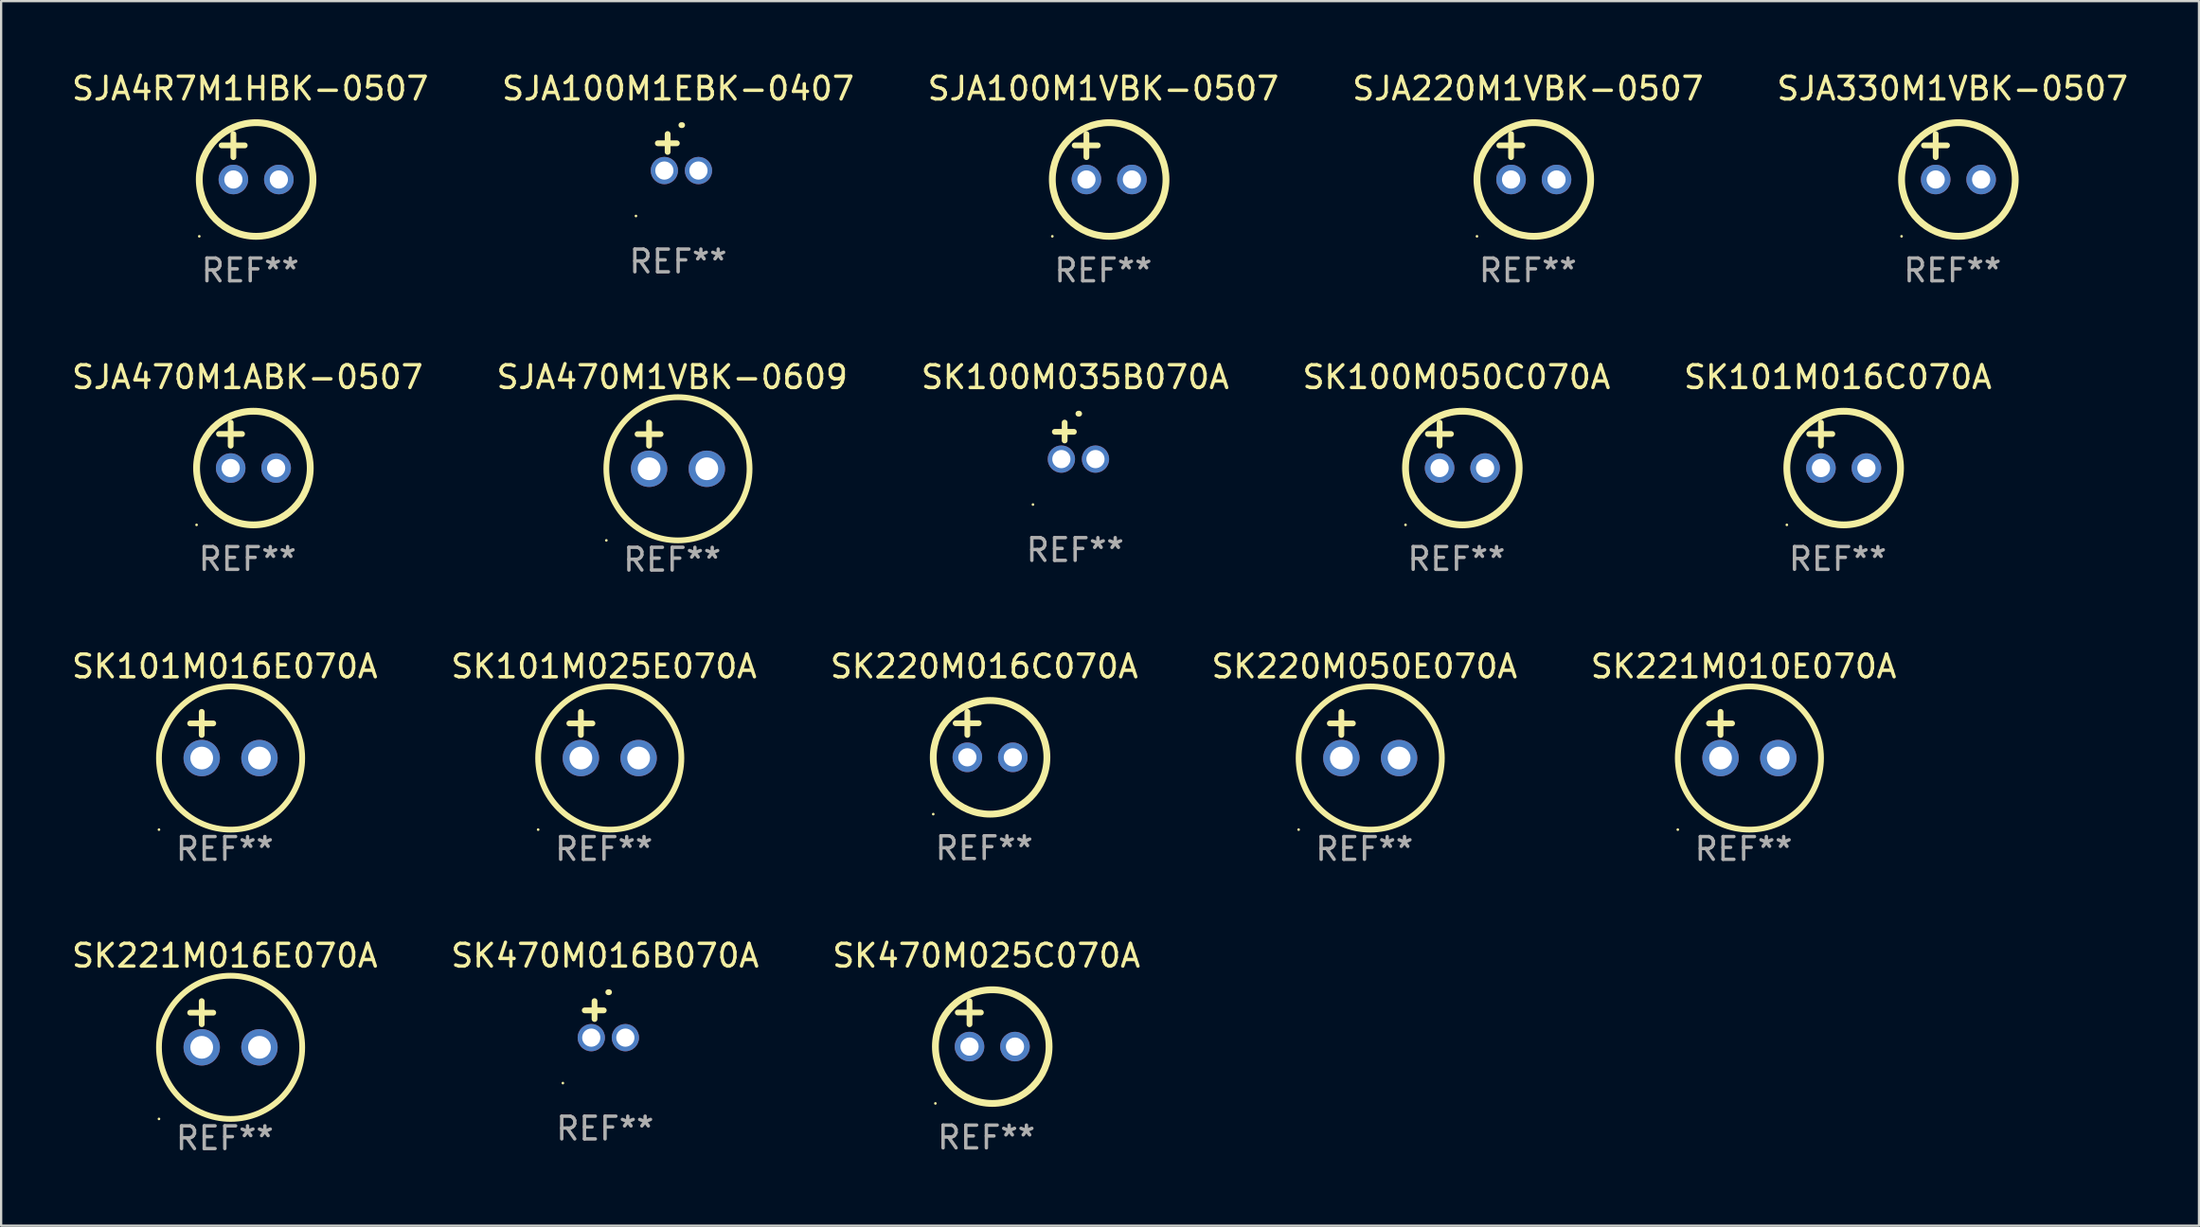
<source format=kicad_pcb>
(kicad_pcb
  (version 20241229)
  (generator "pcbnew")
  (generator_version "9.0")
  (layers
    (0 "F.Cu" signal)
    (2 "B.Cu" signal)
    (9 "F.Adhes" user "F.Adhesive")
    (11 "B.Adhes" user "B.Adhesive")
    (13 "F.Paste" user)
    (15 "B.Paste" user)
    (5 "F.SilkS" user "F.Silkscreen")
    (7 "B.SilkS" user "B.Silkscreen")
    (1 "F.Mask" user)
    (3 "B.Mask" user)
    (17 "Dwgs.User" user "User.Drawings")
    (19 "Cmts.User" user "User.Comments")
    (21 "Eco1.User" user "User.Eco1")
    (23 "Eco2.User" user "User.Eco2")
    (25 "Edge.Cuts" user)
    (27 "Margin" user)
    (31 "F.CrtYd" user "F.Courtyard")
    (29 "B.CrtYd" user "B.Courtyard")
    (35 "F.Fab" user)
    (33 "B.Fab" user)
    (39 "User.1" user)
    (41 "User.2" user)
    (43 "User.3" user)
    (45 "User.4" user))
  (footprint "SK470M016B070A"
    (layer "F.Cu")
    (at 23.565 41.805)
    (property "Reference" "SK470M016B070A" (at 0 -2.803 0) (layer "F.SilkS") (effects (font (size 1 1) (thickness 0.15))))
    (attr through_hole)
    (fp_line (start -0.462 -0.016) (end -0.462 -0.803) (stroke (width 0.254) (type solid)) (layer "F.SilkS"))
    (fp_line (start -0.056 -0.397) (end -0.894 -0.397) (stroke (width 0.254) (type solid)) (layer "F.SilkS"))
    (fp_arc (start 0.142799 -1.195784) (mid 0.159309 -1.195852) (end 0.175819 -1.195784) (stroke (width 0.254001) (type solid)) (layer "F.SilkS"))
    (fp_circle (center -1.856 2.803) (end -1.826 2.803) (stroke (width 0.06) (type solid)) (fill no) (layer "F.SilkS"))
    (fp_text user "REF**" (at 0 4.803 0) (layer "F.Fab") (effects (font (size 1 1) (thickness 0.15))))
    (pad "1" thru_hole circle (at -0.606 0.803) (size 1.2 1.2) (drill 0.8) (layers "*.Cu" "*.Mask"))
    (pad "2" thru_hole circle (at 0.894 0.803) (size 1.2 1.2) (drill 0.8) (layers "*.Cu" "*.Mask")))
  (footprint "SJA100M1VBK-0507"
    (layer "F.Cu")
    (at 45.482 3.848)
    (property "Reference" "SJA100M1VBK-0507" (at 0 -3 0) (layer "F.SilkS") (effects (font (size 1 1) (thickness 0.15))))
    (attr through_hole)
    (fp_line (start -1.258 -0.5) (end -0.242 -0.5) (stroke (width 0.254) (type solid)) (layer "F.SilkS"))
    (fp_line (start -0.742 -1) (end -0.742 0.016) (stroke (width 0.254) (type solid)) (layer "F.SilkS"))
    (fp_circle (center -2.242 3.5) (end -2.212 3.5) (stroke (width 0.06) (type solid)) (fill no) (layer "F.SilkS"))
    (fp_circle (center 0.258 1) (end 2.758 1) (stroke (width 0.3) (type solid)) (fill no) (layer "F.SilkS"))
    (fp_text user "REF**" (at 0 5 0) (layer "F.Fab") (effects (font (size 1 1) (thickness 0.15))))
    (pad "1" thru_hole circle (at -0.742 1) (size 1.3 1.3) (drill 0.8) (layers "*.Cu" "*.Mask"))
    (pad "2" thru_hole circle (at 1.258 1) (size 1.3 1.3) (drill 0.8) (layers "*.Cu" "*.Mask")))
  (footprint "SK101M016C070A"
    (layer "F.Cu")
    (at 77.792 16.545)
    (property "Reference" "SK101M016C070A" (at 0 -3 0) (layer "F.SilkS") (effects (font (size 1 1) (thickness 0.15))))
    (attr through_hole)
    (fp_line (start -1.258 -0.5) (end -0.242 -0.5) (stroke (width 0.254) (type solid)) (layer "F.SilkS"))
    (fp_line (start -0.742 -1) (end -0.742 0.016) (stroke (width 0.254) (type solid)) (layer "F.SilkS"))
    (fp_circle (center -2.242 3.5) (end -2.212 3.5) (stroke (width 0.06) (type solid)) (fill no) (layer "F.SilkS"))
    (fp_circle (center 0.258 1) (end 2.758 1) (stroke (width 0.3) (type solid)) (fill no) (layer "F.SilkS"))
    (fp_text user "REF**" (at 0 5 0) (layer "F.Fab") (effects (font (size 1 1) (thickness 0.15))))
    (pad "1" thru_hole circle (at -0.742 1) (size 1.3 1.3) (drill 0.8) (layers "*.Cu" "*.Mask"))
    (pad "2" thru_hole circle (at 1.258 1) (size 1.3 1.3) (drill 0.8) (layers "*.Cu" "*.Mask")))
  (footprint "SK100M050C070A"
    (layer "F.Cu")
    (at 61.018 16.545)
    (property "Reference" "SK100M050C070A" (at 0 -3 0) (layer "F.SilkS") (effects (font (size 1 1) (thickness 0.15))))
    (attr through_hole)
    (fp_line (start -1.258 -0.5) (end -0.242 -0.5) (stroke (width 0.254) (type solid)) (layer "F.SilkS"))
    (fp_line (start -0.742 -1) (end -0.742 0.016) (stroke (width 0.254) (type solid)) (layer "F.SilkS"))
    (fp_circle (center -2.242 3.5) (end -2.212 3.5) (stroke (width 0.06) (type solid)) (fill no) (layer "F.SilkS"))
    (fp_circle (center 0.258 1) (end 2.758 1) (stroke (width 0.3) (type solid)) (fill no) (layer "F.SilkS"))
    (fp_text user "REF**" (at 0 5 0) (layer "F.Fab") (effects (font (size 1 1) (thickness 0.15))))
    (pad "1" thru_hole circle (at -0.742 1) (size 1.3 1.3) (drill 0.8) (layers "*.Cu" "*.Mask"))
    (pad "2" thru_hole circle (at 1.258 1) (size 1.3 1.3) (drill 0.8) (layers "*.Cu" "*.Mask")))
  (footprint "SK100M035B070A"
    (layer "F.Cu")
    (at 44.244 16.348)
    (property "Reference" "SK100M035B070A" (at 0 -2.803 0) (layer "F.SilkS") (effects (font (size 1 1) (thickness 0.15))))
    (attr through_hole)
    (fp_line (start -0.462 -0.016) (end -0.462 -0.803) (stroke (width 0.254) (type solid)) (layer "F.SilkS"))
    (fp_line (start -0.056 -0.397) (end -0.894 -0.397) (stroke (width 0.254) (type solid)) (layer "F.SilkS"))
    (fp_arc (start 0.142799 -1.195784) (mid 0.159309 -1.195852) (end 0.175819 -1.195784) (stroke (width 0.254001) (type solid)) (layer "F.SilkS"))
    (fp_circle (center -1.856 2.803) (end -1.826 2.803) (stroke (width 0.06) (type solid)) (fill no) (layer "F.SilkS"))
    (fp_text user "REF**" (at 0 4.803 0) (layer "F.Fab") (effects (font (size 1 1) (thickness 0.15))))
    (pad "1" thru_hole circle (at -0.606 0.803) (size 1.2 1.2) (drill 0.8) (layers "*.Cu" "*.Mask"))
    (pad "2" thru_hole circle (at 0.894 0.803) (size 1.2 1.2) (drill 0.8) (layers "*.Cu" "*.Mask")))
  (footprint "SK470M025C070A"
    (layer "F.Cu")
    (at 40.339 42.002)
    (property "Reference" "SK470M025C070A" (at 0 -3 0) (layer "F.SilkS") (effects (font (size 1 1) (thickness 0.15))))
    (attr through_hole)
    (fp_line (start -1.258 -0.5) (end -0.242 -0.5) (stroke (width 0.254) (type solid)) (layer "F.SilkS"))
    (fp_line (start -0.742 -1) (end -0.742 0.016) (stroke (width 0.254) (type solid)) (layer "F.SilkS"))
    (fp_circle (center -2.242 3.5) (end -2.212 3.5) (stroke (width 0.06) (type solid)) (fill no) (layer "F.SilkS"))
    (fp_circle (center 0.258 1) (end 2.758 1) (stroke (width 0.3) (type solid)) (fill no) (layer "F.SilkS"))
    (fp_text user "REF**" (at 0 5 0) (layer "F.Fab") (effects (font (size 1 1) (thickness 0.15))))
    (pad "1" thru_hole circle (at -0.742 1) (size 1.3 1.3) (drill 0.8) (layers "*.Cu" "*.Mask"))
    (pad "2" thru_hole circle (at 1.258 1) (size 1.3 1.3) (drill 0.8) (layers "*.Cu" "*.Mask")))
  (footprint "SK221M010E070A"
    (layer "F.Cu")
    (at 73.649 29.289)
    (property "Reference" "SK221M010E070A" (at 0 -3.016 0) (layer "F.SilkS") (effects (font (size 1 1) (thickness 0.15))))
    (attr through_hole)
    (fp_line (start -1.524 -0.508) (end -0.508 -0.508) (stroke (width 0.254) (type solid)) (layer "F.SilkS"))
    (fp_line (start -1.016 -1.016) (end -1.016 0) (stroke (width 0.254) (type solid)) (layer "F.SilkS"))
    (fp_circle (center -2.896 4.166) (end -2.866 4.166) (stroke (width 0.06) (type solid)) (fill no) (layer "F.SilkS"))
    (fp_circle (center 0.254 1.016) (end 3.404 1.016) (stroke (width 0.254) (type solid)) (fill no) (layer "F.SilkS"))
    (fp_text user "REF**" (at 0 5.016 0) (layer "F.Fab") (effects (font (size 1 1) (thickness 0.15))))
    (pad "1" thru_hole circle (at -1.016 1.016) (size 1.6 1.6) (drill 1) (layers "*.Cu" "*.Mask"))
    (pad "2" thru_hole circle (at 1.524 1.016) (size 1.6 1.6) (drill 1) (layers "*.Cu" "*.Mask")))
  (footprint "SJA330M1VBK-0507"
    (layer "F.Cu")
    (at 82.839 3.848)
    (property "Reference" "SJA330M1VBK-0507" (at 0 -3 0) (layer "F.SilkS") (effects (font (size 1 1) (thickness 0.15))))
    (attr through_hole)
    (fp_line (start -1.258 -0.5) (end -0.242 -0.5) (stroke (width 0.254) (type solid)) (layer "F.SilkS"))
    (fp_line (start -0.742 -1) (end -0.742 0.016) (stroke (width 0.254) (type solid)) (layer "F.SilkS"))
    (fp_circle (center -2.242 3.5) (end -2.212 3.5) (stroke (width 0.06) (type solid)) (fill no) (layer "F.SilkS"))
    (fp_circle (center 0.258 1) (end 2.758 1) (stroke (width 0.3) (type solid)) (fill no) (layer "F.SilkS"))
    (fp_text user "REF**" (at 0 5 0) (layer "F.Fab") (effects (font (size 1 1) (thickness 0.15))))
    (pad "1" thru_hole circle (at -0.742 1) (size 1.3 1.3) (drill 0.8) (layers "*.Cu" "*.Mask"))
    (pad "2" thru_hole circle (at 1.258 1) (size 1.3 1.3) (drill 0.8) (layers "*.Cu" "*.Mask")))
  (footprint "SJA4R7M1HBK-0507"
    (layer "F.Cu")
    (at 7.958 3.848)
    (property "Reference" "SJA4R7M1HBK-0507" (at 0 -3 0) (layer "F.SilkS") (effects (font (size 1 1) (thickness 0.15))))
    (attr through_hole)
    (fp_line (start -1.258 -0.5) (end -0.242 -0.5) (stroke (width 0.254) (type solid)) (layer "F.SilkS"))
    (fp_line (start -0.742 -1) (end -0.742 0.016) (stroke (width 0.254) (type solid)) (layer "F.SilkS"))
    (fp_circle (center -2.242 3.5) (end -2.212 3.5) (stroke (width 0.06) (type solid)) (fill no) (layer "F.SilkS"))
    (fp_circle (center 0.258 1) (end 2.758 1) (stroke (width 0.3) (type solid)) (fill no) (layer "F.SilkS"))
    (fp_text user "REF**" (at 0 5 0) (layer "F.Fab") (effects (font (size 1 1) (thickness 0.15))))
    (pad "1" thru_hole circle (at -0.742 1) (size 1.3 1.3) (drill 0.8) (layers "*.Cu" "*.Mask"))
    (pad "2" thru_hole circle (at 1.258 1) (size 1.3 1.3) (drill 0.8) (layers "*.Cu" "*.Mask")))
  (footprint "SK221M016E070A"
    (layer "F.Cu")
    (at 6.839 42.018)
    (property "Reference" "SK221M016E070A" (at 0 -3.016 0) (layer "F.SilkS") (effects (font (size 1 1) (thickness 0.15))))
    (attr through_hole)
    (fp_line (start -1.524 -0.508) (end -0.508 -0.508) (stroke (width 0.254) (type solid)) (layer "F.SilkS"))
    (fp_line (start -1.016 -1.016) (end -1.016 0) (stroke (width 0.254) (type solid)) (layer "F.SilkS"))
    (fp_circle (center -2.896 4.166) (end -2.866 4.166) (stroke (width 0.06) (type solid)) (fill no) (layer "F.SilkS"))
    (fp_circle (center 0.254 1.016) (end 3.404 1.016) (stroke (width 0.254) (type solid)) (fill no) (layer "F.SilkS"))
    (fp_text user "REF**" (at 0 5.016 0) (layer "F.Fab") (effects (font (size 1 1) (thickness 0.15))))
    (pad "1" thru_hole circle (at -1.016 1.016) (size 1.6 1.6) (drill 1) (layers "*.Cu" "*.Mask"))
    (pad "2" thru_hole circle (at 1.524 1.016) (size 1.6 1.6) (drill 1) (layers "*.Cu" "*.Mask")))
  (footprint "SJA220M1VBK-0507"
    (layer "F.Cu")
    (at 64.161 3.848)
    (property "Reference" "SJA220M1VBK-0507" (at 0 -3 0) (layer "F.SilkS") (effects (font (size 1 1) (thickness 0.15))))
    (attr through_hole)
    (fp_line (start -1.258 -0.5) (end -0.242 -0.5) (stroke (width 0.254) (type solid)) (layer "F.SilkS"))
    (fp_line (start -0.742 -1) (end -0.742 0.016) (stroke (width 0.254) (type solid)) (layer "F.SilkS"))
    (fp_circle (center -2.242 3.5) (end -2.212 3.5) (stroke (width 0.06) (type solid)) (fill no) (layer "F.SilkS"))
    (fp_circle (center 0.258 1) (end 2.758 1) (stroke (width 0.3) (type solid)) (fill no) (layer "F.SilkS"))
    (fp_text user "REF**" (at 0 5 0) (layer "F.Fab") (effects (font (size 1 1) (thickness 0.15))))
    (pad "1" thru_hole circle (at -0.742 1) (size 1.3 1.3) (drill 0.8) (layers "*.Cu" "*.Mask"))
    (pad "2" thru_hole circle (at 1.258 1) (size 1.3 1.3) (drill 0.8) (layers "*.Cu" "*.Mask")))
  (footprint "SK220M016C070A"
    (layer "F.Cu")
    (at 40.244 29.273)
    (property "Reference" "SK220M016C070A" (at 0 -3 0) (layer "F.SilkS") (effects (font (size 1 1) (thickness 0.15))))
    (attr through_hole)
    (fp_line (start -1.258 -0.5) (end -0.242 -0.5) (stroke (width 0.254) (type solid)) (layer "F.SilkS"))
    (fp_line (start -0.742 -1) (end -0.742 0.016) (stroke (width 0.254) (type solid)) (layer "F.SilkS"))
    (fp_circle (center -2.242 3.5) (end -2.212 3.5) (stroke (width 0.06) (type solid)) (fill no) (layer "F.SilkS"))
    (fp_circle (center 0.258 1) (end 2.758 1) (stroke (width 0.3) (type solid)) (fill no) (layer "F.SilkS"))
    (fp_text user "REF**" (at 0 5 0) (layer "F.Fab") (effects (font (size 1 1) (thickness 0.15))))
    (pad "1" thru_hole circle (at -0.742 1) (size 1.3 1.3) (drill 0.8) (layers "*.Cu" "*.Mask"))
    (pad "2" thru_hole circle (at 1.258 1) (size 1.3 1.3) (drill 0.8) (layers "*.Cu" "*.Mask")))
  (footprint "SK101M016E070A"
    (layer "F.Cu")
    (at 6.839 29.289)
    (property "Reference" "SK101M016E070A" (at 0 -3.016 0) (layer "F.SilkS") (effects (font (size 1 1) (thickness 0.15))))
    (attr through_hole)
    (fp_line (start -1.524 -0.508) (end -0.508 -0.508) (stroke (width 0.254) (type solid)) (layer "F.SilkS"))
    (fp_line (start -1.016 -1.016) (end -1.016 0) (stroke (width 0.254) (type solid)) (layer "F.SilkS"))
    (fp_circle (center -2.896 4.166) (end -2.866 4.166) (stroke (width 0.06) (type solid)) (fill no) (layer "F.SilkS"))
    (fp_circle (center 0.254 1.016) (end 3.404 1.016) (stroke (width 0.254) (type solid)) (fill no) (layer "F.SilkS"))
    (fp_text user "REF**" (at 0 5.016 0) (layer "F.Fab") (effects (font (size 1 1) (thickness 0.15))))
    (pad "1" thru_hole circle (at -1.016 1.016) (size 1.6 1.6) (drill 1) (layers "*.Cu" "*.Mask"))
    (pad "2" thru_hole circle (at 1.524 1.016) (size 1.6 1.6) (drill 1) (layers "*.Cu" "*.Mask")))
  (footprint "SJA470M1ABK-0507"
    (layer "F.Cu")
    (at 7.839 16.545)
    (property "Reference" "SJA470M1ABK-0507" (at 0 -3 0) (layer "F.SilkS") (effects (font (size 1 1) (thickness 0.15))))
    (attr through_hole)
    (fp_line (start -1.258 -0.5) (end -0.242 -0.5) (stroke (width 0.254) (type solid)) (layer "F.SilkS"))
    (fp_line (start -0.742 -1) (end -0.742 0.016) (stroke (width 0.254) (type solid)) (layer "F.SilkS"))
    (fp_circle (center -2.242 3.5) (end -2.212 3.5) (stroke (width 0.06) (type solid)) (fill no) (layer "F.SilkS"))
    (fp_circle (center 0.258 1) (end 2.758 1) (stroke (width 0.3) (type solid)) (fill no) (layer "F.SilkS"))
    (fp_text user "REF**" (at 0 5 0) (layer "F.Fab") (effects (font (size 1 1) (thickness 0.15))))
    (pad "1" thru_hole circle (at -0.742 1) (size 1.3 1.3) (drill 0.8) (layers "*.Cu" "*.Mask"))
    (pad "2" thru_hole circle (at 1.258 1) (size 1.3 1.3) (drill 0.8) (layers "*.Cu" "*.Mask")))
  (footprint "SK101M025E070A"
    (layer "F.Cu")
    (at 23.518 29.289)
    (property "Reference" "SK101M025E070A" (at 0 -3.016 0) (layer "F.SilkS") (effects (font (size 1 1) (thickness 0.15))))
    (attr through_hole)
    (fp_line (start -1.524 -0.508) (end -0.508 -0.508) (stroke (width 0.254) (type solid)) (layer "F.SilkS"))
    (fp_line (start -1.016 -1.016) (end -1.016 0) (stroke (width 0.254) (type solid)) (layer "F.SilkS"))
    (fp_circle (center -2.896 4.166) (end -2.866 4.166) (stroke (width 0.06) (type solid)) (fill no) (layer "F.SilkS"))
    (fp_circle (center 0.254 1.016) (end 3.404 1.016) (stroke (width 0.254) (type solid)) (fill no) (layer "F.SilkS"))
    (fp_text user "REF**" (at 0 5.016 0) (layer "F.Fab") (effects (font (size 1 1) (thickness 0.15))))
    (pad "1" thru_hole circle (at -1.016 1.016) (size 1.6 1.6) (drill 1) (layers "*.Cu" "*.Mask"))
    (pad "2" thru_hole circle (at 1.524 1.016) (size 1.6 1.6) (drill 1) (layers "*.Cu" "*.Mask")))
  (footprint "SJA470M1VBK-0609"
    (layer "F.Cu")
    (at 26.518 16.561)
    (property "Reference" "SJA470M1VBK-0609" (at 0 -3.016 0) (layer "F.SilkS") (effects (font (size 1 1) (thickness 0.15))))
    (attr through_hole)
    (fp_line (start -1.524 -0.508) (end -0.508 -0.508) (stroke (width 0.254) (type solid)) (layer "F.SilkS"))
    (fp_line (start -1.016 -1.016) (end -1.016 0) (stroke (width 0.254) (type solid)) (layer "F.SilkS"))
    (fp_circle (center -2.896 4.166) (end -2.866 4.166) (stroke (width 0.06) (type solid)) (fill no) (layer "F.SilkS"))
    (fp_circle (center 0.254 1.016) (end 3.404 1.016) (stroke (width 0.254) (type solid)) (fill no) (layer "F.SilkS"))
    (fp_text user "REF**" (at 0 5.016 0) (layer "F.Fab") (effects (font (size 1 1) (thickness 0.15))))
    (pad "1" thru_hole circle (at -1.016 1.016) (size 1.6 1.6) (drill 1) (layers "*.Cu" "*.Mask"))
    (pad "2" thru_hole circle (at 1.524 1.016) (size 1.6 1.6) (drill 1) (layers "*.Cu" "*.Mask")))
  (footprint "SJA100M1EBK-0407"
    (layer "F.Cu")
    (at 26.78 3.651)
    (property "Reference" "SJA100M1EBK-0407" (at 0 -2.803 0) (layer "F.SilkS") (effects (font (size 1 1) (thickness 0.15))))
    (attr through_hole)
    (fp_line (start -0.462 -0.016) (end -0.462 -0.803) (stroke (width 0.254) (type solid)) (layer "F.SilkS"))
    (fp_line (start -0.056 -0.397) (end -0.894 -0.397) (stroke (width 0.254) (type solid)) (layer "F.SilkS"))
    (fp_arc (start 0.142799 -1.195784) (mid 0.159309 -1.195852) (end 0.175819 -1.195784) (stroke (width 0.254001) (type solid)) (layer "F.SilkS"))
    (fp_circle (center -1.856 2.803) (end -1.826 2.803) (stroke (width 0.06) (type solid)) (fill no) (layer "F.SilkS"))
    (fp_text user "REF**" (at 0 4.803 0) (layer "F.Fab") (effects (font (size 1 1) (thickness 0.15))))
    (pad "1" thru_hole circle (at -0.606 0.803) (size 1.2 1.2) (drill 0.8) (layers "*.Cu" "*.Mask"))
    (pad "2" thru_hole circle (at 0.894 0.803) (size 1.2 1.2) (drill 0.8) (layers "*.Cu" "*.Mask")))
  (footprint "SK220M050E070A"
    (layer "F.Cu")
    (at 56.97 29.289)
    (property "Reference" "SK220M050E070A" (at 0 -3.016 0) (layer "F.SilkS") (effects (font (size 1 1) (thickness 0.15))))
    (attr through_hole)
    (fp_line (start -1.524 -0.508) (end -0.508 -0.508) (stroke (width 0.254) (type solid)) (layer "F.SilkS"))
    (fp_line (start -1.016 -1.016) (end -1.016 0) (stroke (width 0.254) (type solid)) (layer "F.SilkS"))
    (fp_circle (center -2.896 4.166) (end -2.866 4.166) (stroke (width 0.06) (type solid)) (fill no) (layer "F.SilkS"))
    (fp_circle (center 0.254 1.016) (end 3.404 1.016) (stroke (width 0.254) (type solid)) (fill no) (layer "F.SilkS"))
    (fp_text user "REF**" (at 0 5.016 0) (layer "F.Fab") (effects (font (size 1 1) (thickness 0.15))))
    (pad "1" thru_hole circle (at -1.016 1.016) (size 1.6 1.6) (drill 1) (layers "*.Cu" "*.Mask"))
    (pad "2" thru_hole circle (at 1.524 1.016) (size 1.6 1.6) (drill 1) (layers "*.Cu" "*.Mask")))
  (gr_rect
    (start -3 -3)
    (end 93.679 50.882)
    (stroke (width 0.1) (type default))
    (fill no)
    (layer "Edge.Cuts")))
</source>
